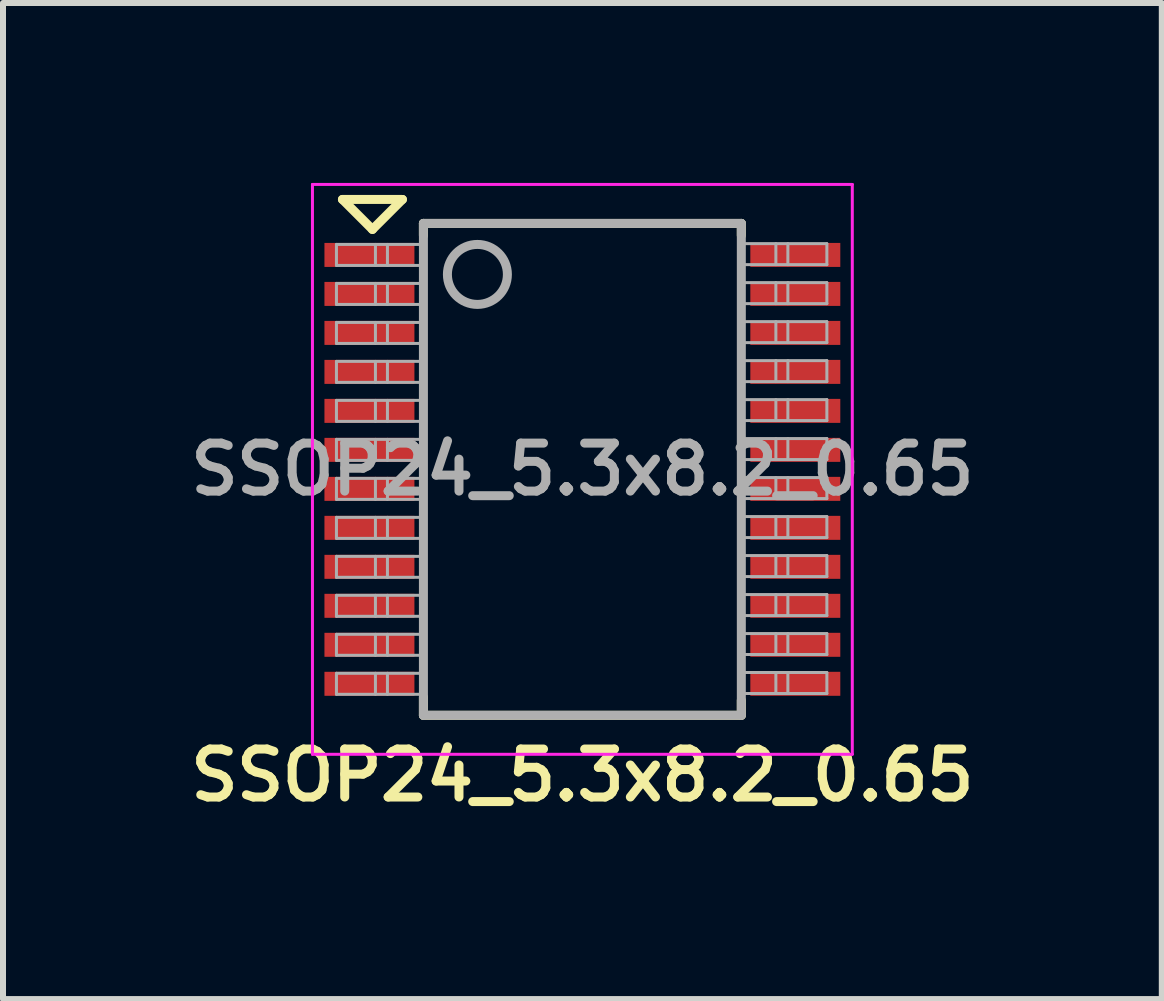
<source format=kicad_pcb>
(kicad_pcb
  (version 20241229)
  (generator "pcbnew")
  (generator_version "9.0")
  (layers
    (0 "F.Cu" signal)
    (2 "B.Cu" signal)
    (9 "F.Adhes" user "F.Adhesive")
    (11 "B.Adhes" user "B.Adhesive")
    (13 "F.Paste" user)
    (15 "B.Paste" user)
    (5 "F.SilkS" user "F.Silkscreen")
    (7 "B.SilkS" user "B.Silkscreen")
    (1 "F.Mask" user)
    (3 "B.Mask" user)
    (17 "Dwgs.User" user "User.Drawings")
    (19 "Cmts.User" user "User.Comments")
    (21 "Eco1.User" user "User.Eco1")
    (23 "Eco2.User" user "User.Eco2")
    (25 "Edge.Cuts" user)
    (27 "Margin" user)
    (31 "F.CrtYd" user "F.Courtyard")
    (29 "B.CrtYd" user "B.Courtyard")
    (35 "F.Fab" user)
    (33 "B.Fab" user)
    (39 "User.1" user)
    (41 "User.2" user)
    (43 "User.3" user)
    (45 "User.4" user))
  (footprint "SSOP24_5.3x8.2_0.65"
    (layer "F.Cu")
    (at 6.659 4.775)
    (property "Reference" "SSOP24_5.3x8.2_0.65" (at 0 5.1 0) (layer "F.SilkS") (effects (font (size 0.8 0.8) (thickness 0.15))))
    (attr smd)
    (fp_line (start -4 -4.5) (end -3 -4.5) (stroke (width 0.15) (type solid)) (layer "F.SilkS"))
    (fp_line (start -3.5 -4) (end -4 -4.5) (stroke (width 0.15) (type solid)) (layer "F.SilkS"))
    (fp_line (start -3 -4.5) (end -3.5 -4) (stroke (width 0.15) (type solid)) (layer "F.SilkS"))
    (fp_line (start -2.65 -4.1) (end -2.65 -3.9) (stroke (width 0.15) (type solid)) (layer "F.SilkS"))
    (fp_line (start -2.65 -4.1) (end 2.65 -4.1) (stroke (width 0.15) (type solid)) (layer "F.SilkS"))
    (fp_line (start -2.65 3.8) (end -2.65 4.1) (stroke (width 0.15) (type solid)) (layer "F.SilkS"))
    (fp_line (start -2.65 4.1) (end 2.65 4.1) (stroke (width 0.15) (type solid)) (layer "F.SilkS"))
    (fp_line (start 2.65 -4.1) (end 2.65 -3.9) (stroke (width 0.15) (type solid)) (layer "F.SilkS"))
    (fp_line (start 2.65 4.1) (end 2.65 3.85) (stroke (width 0.15) (type solid)) (layer "F.SilkS"))
    (fp_line (start -4.5 -4.75) (end 4.5 -4.75) (stroke (width 0.05) (type solid)) (layer "F.CrtYd"))
    (fp_line (start -4.5 4.75) (end -4.5 -4.75) (stroke (width 0.05) (type solid)) (layer "F.CrtYd"))
    (fp_line (start 4.5 -4.75) (end 4.5 4.75) (stroke (width 0.05) (type solid)) (layer "F.CrtYd"))
    (fp_line (start 4.5 4.75) (end -4.5 4.75) (stroke (width 0.05) (type solid)) (layer "F.CrtYd"))
    (fp_line (start -4.1 -3.75) (end -4.1 -3.4) (stroke (width 0.05) (type solid)) (layer "F.Fab"))
    (fp_line (start -4.1 -3.4) (end -2.65 -3.4) (stroke (width 0.05) (type solid)) (layer "F.Fab"))
    (fp_line (start -4.1 -3.1) (end -4.1 -2.75) (stroke (width 0.05) (type solid)) (layer "F.Fab"))
    (fp_line (start -4.1 -2.75) (end -2.65 -2.75) (stroke (width 0.05) (type solid)) (layer "F.Fab"))
    (fp_line (start -4.1 -2.45) (end -4.1 -2.1) (stroke (width 0.05) (type solid)) (layer "F.Fab"))
    (fp_line (start -4.1 -2.1) (end -2.65 -2.1) (stroke (width 0.05) (type solid)) (layer "F.Fab"))
    (fp_line (start -4.1 -1.8) (end -4.1 -1.45) (stroke (width 0.05) (type solid)) (layer "F.Fab"))
    (fp_line (start -4.1 -1.45) (end -2.65 -1.45) (stroke (width 0.05) (type solid)) (layer "F.Fab"))
    (fp_line (start -4.1 -1.15) (end -4.1 -0.8) (stroke (width 0.05) (type solid)) (layer "F.Fab"))
    (fp_line (start -4.1 -0.8) (end -2.65 -0.8) (stroke (width 0.05) (type solid)) (layer "F.Fab"))
    (fp_line (start -4.1 -0.5) (end -4.1 -0.15) (stroke (width 0.05) (type solid)) (layer "F.Fab"))
    (fp_line (start -4.1 -0.15) (end -2.65 -0.15) (stroke (width 0.05) (type solid)) (layer "F.Fab"))
    (fp_line (start -4.1 0.15) (end -4.1 0.5) (stroke (width 0.05) (type solid)) (layer "F.Fab"))
    (fp_line (start -4.1 0.5) (end -2.65 0.5) (stroke (width 0.05) (type solid)) (layer "F.Fab"))
    (fp_line (start -4.1 0.8) (end -4.1 1.15) (stroke (width 0.05) (type solid)) (layer "F.Fab"))
    (fp_line (start -4.1 1.15) (end -2.65 1.15) (stroke (width 0.05) (type solid)) (layer "F.Fab"))
    (fp_line (start -4.1 1.45) (end -4.1 1.8) (stroke (width 0.05) (type solid)) (layer "F.Fab"))
    (fp_line (start -4.1 1.8) (end -2.65 1.8) (stroke (width 0.05) (type solid)) (layer "F.Fab"))
    (fp_line (start -4.1 2.1) (end -4.1 2.45) (stroke (width 0.05) (type solid)) (layer "F.Fab"))
    (fp_line (start -4.1 2.45) (end -2.65 2.45) (stroke (width 0.05) (type solid)) (layer "F.Fab"))
    (fp_line (start -4.1 2.75) (end -4.1 3.1) (stroke (width 0.05) (type solid)) (layer "F.Fab"))
    (fp_line (start -4.1 3.1) (end -2.65 3.1) (stroke (width 0.05) (type solid)) (layer "F.Fab"))
    (fp_line (start -4.1 3.4) (end -4.1 3.75) (stroke (width 0.05) (type solid)) (layer "F.Fab"))
    (fp_line (start -4.1 3.75) (end -2.65 3.75) (stroke (width 0.05) (type solid)) (layer "F.Fab"))
    (fp_line (start -3.45 -3.75) (end -3.45 -3.4) (stroke (width 0.05) (type solid)) (layer "F.Fab"))
    (fp_line (start -3.45 -3.1) (end -3.45 -2.75) (stroke (width 0.05) (type solid)) (layer "F.Fab"))
    (fp_line (start -3.45 -2.45) (end -3.45 -2.1) (stroke (width 0.05) (type solid)) (layer "F.Fab"))
    (fp_line (start -3.45 -1.8) (end -3.45 -1.45) (stroke (width 0.05) (type solid)) (layer "F.Fab"))
    (fp_line (start -3.45 -1.15) (end -3.45 -0.8) (stroke (width 0.05) (type solid)) (layer "F.Fab"))
    (fp_line (start -3.45 -0.5) (end -3.45 -0.15) (stroke (width 0.05) (type solid)) (layer "F.Fab"))
    (fp_line (start -3.45 0.15) (end -3.45 0.5) (stroke (width 0.05) (type solid)) (layer "F.Fab"))
    (fp_line (start -3.45 0.8) (end -3.45 1.15) (stroke (width 0.05) (type solid)) (layer "F.Fab"))
    (fp_line (start -3.45 1.45) (end -3.45 1.8) (stroke (width 0.05) (type solid)) (layer "F.Fab"))
    (fp_line (start -3.45 2.1) (end -3.45 2.45) (stroke (width 0.05) (type solid)) (layer "F.Fab"))
    (fp_line (start -3.45 2.75) (end -3.45 3.1) (stroke (width 0.05) (type solid)) (layer "F.Fab"))
    (fp_line (start -3.45 3.4) (end -3.45 3.75) (stroke (width 0.05) (type solid)) (layer "F.Fab"))
    (fp_line (start -3.25 -3.75) (end -3.25 -3.4) (stroke (width 0.05) (type solid)) (layer "F.Fab"))
    (fp_line (start -3.25 -3.1) (end -3.25 -2.75) (stroke (width 0.05) (type solid)) (layer "F.Fab"))
    (fp_line (start -3.25 -2.45) (end -3.25 -2.1) (stroke (width 0.05) (type solid)) (layer "F.Fab"))
    (fp_line (start -3.25 -1.8) (end -3.25 -1.45) (stroke (width 0.05) (type solid)) (layer "F.Fab"))
    (fp_line (start -3.25 -1.15) (end -3.25 -0.8) (stroke (width 0.05) (type solid)) (layer "F.Fab"))
    (fp_line (start -3.25 -0.5) (end -3.25 -0.15) (stroke (width 0.05) (type solid)) (layer "F.Fab"))
    (fp_line (start -3.25 0.15) (end -3.25 0.5) (stroke (width 0.05) (type solid)) (layer "F.Fab"))
    (fp_line (start -3.25 0.8) (end -3.25 1.15) (stroke (width 0.05) (type solid)) (layer "F.Fab"))
    (fp_line (start -3.25 1.45) (end -3.25 1.8) (stroke (width 0.05) (type solid)) (layer "F.Fab"))
    (fp_line (start -3.25 2.1) (end -3.25 2.45) (stroke (width 0.05) (type solid)) (layer "F.Fab"))
    (fp_line (start -3.25 2.75) (end -3.25 3.1) (stroke (width 0.05) (type solid)) (layer "F.Fab"))
    (fp_line (start -3.25 3.4) (end -3.25 3.75) (stroke (width 0.05) (type solid)) (layer "F.Fab"))
    (fp_line (start -2.65 -4.1) (end 2.65 -4.1) (stroke (width 0.15) (type solid)) (layer "F.Fab"))
    (fp_line (start -2.65 -3.75) (end -4.1 -3.75) (stroke (width 0.05) (type solid)) (layer "F.Fab"))
    (fp_line (start -2.65 -3.1) (end -4.1 -3.1) (stroke (width 0.05) (type solid)) (layer "F.Fab"))
    (fp_line (start -2.65 -2.45) (end -4.1 -2.45) (stroke (width 0.05) (type solid)) (layer "F.Fab"))
    (fp_line (start -2.65 -1.8) (end -4.1 -1.8) (stroke (width 0.05) (type solid)) (layer "F.Fab"))
    (fp_line (start -2.65 -1.15) (end -4.1 -1.15) (stroke (width 0.05) (type solid)) (layer "F.Fab"))
    (fp_line (start -2.65 -0.5) (end -4.1 -0.5) (stroke (width 0.05) (type solid)) (layer "F.Fab"))
    (fp_line (start -2.65 0.15) (end -4.1 0.15) (stroke (width 0.05) (type solid)) (layer "F.Fab"))
    (fp_line (start -2.65 0.8) (end -4.1 0.8) (stroke (width 0.05) (type solid)) (layer "F.Fab"))
    (fp_line (start -2.65 1.45) (end -4.1 1.45) (stroke (width 0.05) (type solid)) (layer "F.Fab"))
    (fp_line (start -2.65 2.1) (end -4.1 2.1) (stroke (width 0.05) (type solid)) (layer "F.Fab"))
    (fp_line (start -2.65 2.75) (end -4.1 2.75) (stroke (width 0.05) (type solid)) (layer "F.Fab"))
    (fp_line (start -2.65 3.4) (end -4.1 3.4) (stroke (width 0.05) (type solid)) (layer "F.Fab"))
    (fp_line (start -2.65 4.1) (end -2.65 -4.1) (stroke (width 0.15) (type solid)) (layer "F.Fab"))
    (fp_line (start 2.626 -3.413) (end 4.076 -3.413) (stroke (width 0.05) (type solid)) (layer "F.Fab"))
    (fp_line (start 2.626 -2.763) (end 4.076 -2.763) (stroke (width 0.05) (type solid)) (layer "F.Fab"))
    (fp_line (start 2.626 -2.113) (end 4.076 -2.113) (stroke (width 0.05) (type solid)) (layer "F.Fab"))
    (fp_line (start 2.626 -1.463) (end 4.076 -1.463) (stroke (width 0.05) (type solid)) (layer "F.Fab"))
    (fp_line (start 2.626 -0.813) (end 4.076 -0.813) (stroke (width 0.05) (type solid)) (layer "F.Fab"))
    (fp_line (start 2.626 -0.163) (end 4.076 -0.163) (stroke (width 0.05) (type solid)) (layer "F.Fab"))
    (fp_line (start 2.626 0.487) (end 4.076 0.487) (stroke (width 0.05) (type solid)) (layer "F.Fab"))
    (fp_line (start 2.626 1.137) (end 4.076 1.137) (stroke (width 0.05) (type solid)) (layer "F.Fab"))
    (fp_line (start 2.626 1.787) (end 4.076 1.787) (stroke (width 0.05) (type solid)) (layer "F.Fab"))
    (fp_line (start 2.626 2.437) (end 4.076 2.437) (stroke (width 0.05) (type solid)) (layer "F.Fab"))
    (fp_line (start 2.626 3.087) (end 4.076 3.087) (stroke (width 0.05) (type solid)) (layer "F.Fab"))
    (fp_line (start 2.626 3.737) (end 4.076 3.737) (stroke (width 0.05) (type solid)) (layer "F.Fab"))
    (fp_line (start 2.65 -4.1) (end 2.65 4.1) (stroke (width 0.15) (type solid)) (layer "F.Fab"))
    (fp_line (start 2.65 4.1) (end -2.65 4.1) (stroke (width 0.15) (type solid)) (layer "F.Fab"))
    (fp_line (start 3.226 -3.413) (end 3.226 -3.763) (stroke (width 0.05) (type solid)) (layer "F.Fab"))
    (fp_line (start 3.226 -2.763) (end 3.226 -3.113) (stroke (width 0.05) (type solid)) (layer "F.Fab"))
    (fp_line (start 3.226 -2.113) (end 3.226 -2.463) (stroke (width 0.05) (type solid)) (layer "F.Fab"))
    (fp_line (start 3.226 -1.463) (end 3.226 -1.813) (stroke (width 0.05) (type solid)) (layer "F.Fab"))
    (fp_line (start 3.226 -0.813) (end 3.226 -1.163) (stroke (width 0.05) (type solid)) (layer "F.Fab"))
    (fp_line (start 3.226 -0.163) (end 3.226 -0.513) (stroke (width 0.05) (type solid)) (layer "F.Fab"))
    (fp_line (start 3.226 0.487) (end 3.226 0.137) (stroke (width 0.05) (type solid)) (layer "F.Fab"))
    (fp_line (start 3.226 1.137) (end 3.226 0.787) (stroke (width 0.05) (type solid)) (layer "F.Fab"))
    (fp_line (start 3.226 1.787) (end 3.226 1.437) (stroke (width 0.05) (type solid)) (layer "F.Fab"))
    (fp_line (start 3.226 2.437) (end 3.226 2.087) (stroke (width 0.05) (type solid)) (layer "F.Fab"))
    (fp_line (start 3.226 3.087) (end 3.226 2.737) (stroke (width 0.05) (type solid)) (layer "F.Fab"))
    (fp_line (start 3.226 3.737) (end 3.226 3.387) (stroke (width 0.05) (type solid)) (layer "F.Fab"))
    (fp_line (start 3.426 -3.413) (end 3.426 -3.763) (stroke (width 0.05) (type solid)) (layer "F.Fab"))
    (fp_line (start 3.426 -2.763) (end 3.426 -3.113) (stroke (width 0.05) (type solid)) (layer "F.Fab"))
    (fp_line (start 3.426 -2.113) (end 3.426 -2.463) (stroke (width 0.05) (type solid)) (layer "F.Fab"))
    (fp_line (start 3.426 -1.463) (end 3.426 -1.813) (stroke (width 0.05) (type solid)) (layer "F.Fab"))
    (fp_line (start 3.426 -0.813) (end 3.426 -1.163) (stroke (width 0.05) (type solid)) (layer "F.Fab"))
    (fp_line (start 3.426 -0.163) (end 3.426 -0.513) (stroke (width 0.05) (type solid)) (layer "F.Fab"))
    (fp_line (start 3.426 0.487) (end 3.426 0.137) (stroke (width 0.05) (type solid)) (layer "F.Fab"))
    (fp_line (start 3.426 1.137) (end 3.426 0.787) (stroke (width 0.05) (type solid)) (layer "F.Fab"))
    (fp_line (start 3.426 1.787) (end 3.426 1.437) (stroke (width 0.05) (type solid)) (layer "F.Fab"))
    (fp_line (start 3.426 2.437) (end 3.426 2.087) (stroke (width 0.05) (type solid)) (layer "F.Fab"))
    (fp_line (start 3.426 3.087) (end 3.426 2.737) (stroke (width 0.05) (type solid)) (layer "F.Fab"))
    (fp_line (start 3.426 3.737) (end 3.426 3.387) (stroke (width 0.05) (type solid)) (layer "F.Fab"))
    (fp_line (start 4.076 -3.763) (end 2.626 -3.763) (stroke (width 0.05) (type solid)) (layer "F.Fab"))
    (fp_line (start 4.076 -3.413) (end 4.076 -3.763) (stroke (width 0.05) (type solid)) (layer "F.Fab"))
    (fp_line (start 4.076 -3.113) (end 2.626 -3.113) (stroke (width 0.05) (type solid)) (layer "F.Fab"))
    (fp_line (start 4.076 -2.763) (end 4.076 -3.113) (stroke (width 0.05) (type solid)) (layer "F.Fab"))
    (fp_line (start 4.076 -2.463) (end 2.626 -2.463) (stroke (width 0.05) (type solid)) (layer "F.Fab"))
    (fp_line (start 4.076 -2.113) (end 4.076 -2.463) (stroke (width 0.05) (type solid)) (layer "F.Fab"))
    (fp_line (start 4.076 -1.813) (end 2.626 -1.813) (stroke (width 0.05) (type solid)) (layer "F.Fab"))
    (fp_line (start 4.076 -1.463) (end 4.076 -1.813) (stroke (width 0.05) (type solid)) (layer "F.Fab"))
    (fp_line (start 4.076 -1.163) (end 2.626 -1.163) (stroke (width 0.05) (type solid)) (layer "F.Fab"))
    (fp_line (start 4.076 -0.813) (end 4.076 -1.163) (stroke (width 0.05) (type solid)) (layer "F.Fab"))
    (fp_line (start 4.076 -0.513) (end 2.626 -0.513) (stroke (width 0.05) (type solid)) (layer "F.Fab"))
    (fp_line (start 4.076 -0.163) (end 4.076 -0.513) (stroke (width 0.05) (type solid)) (layer "F.Fab"))
    (fp_line (start 4.076 0.137) (end 2.626 0.137) (stroke (width 0.05) (type solid)) (layer "F.Fab"))
    (fp_line (start 4.076 0.487) (end 4.076 0.137) (stroke (width 0.05) (type solid)) (layer "F.Fab"))
    (fp_line (start 4.076 0.787) (end 2.626 0.787) (stroke (width 0.05) (type solid)) (layer "F.Fab"))
    (fp_line (start 4.076 1.137) (end 4.076 0.787) (stroke (width 0.05) (type solid)) (layer "F.Fab"))
    (fp_line (start 4.076 1.437) (end 2.626 1.437) (stroke (width 0.05) (type solid)) (layer "F.Fab"))
    (fp_line (start 4.076 1.787) (end 4.076 1.437) (stroke (width 0.05) (type solid)) (layer "F.Fab"))
    (fp_line (start 4.076 2.087) (end 2.626 2.087) (stroke (width 0.05) (type solid)) (layer "F.Fab"))
    (fp_line (start 4.076 2.437) (end 4.076 2.087) (stroke (width 0.05) (type solid)) (layer "F.Fab"))
    (fp_line (start 4.076 2.737) (end 2.626 2.737) (stroke (width 0.05) (type solid)) (layer "F.Fab"))
    (fp_line (start 4.076 3.087) (end 4.076 2.737) (stroke (width 0.05) (type solid)) (layer "F.Fab"))
    (fp_line (start 4.076 3.387) (end 2.626 3.387) (stroke (width 0.05) (type solid)) (layer "F.Fab"))
    (fp_line (start 4.076 3.737) (end 4.076 3.387) (stroke (width 0.05) (type solid)) (layer "F.Fab"))
    (fp_circle (center -1.75 -3.25) (end -1.25 -3.25) (stroke (width 0.15) (type solid)) (fill no) (layer "F.Fab"))
    (fp_text user "${REFERENCE}" (at 0 0 0) (layer "F.Fab") (effects (font (size 0.8 0.8) (thickness 0.15))))
    (pad "1" smd rect (at -3.55 -3.575) (size 1.5 0.4) (layers "F.Cu" "F.Mask" "F.Paste"))
    (pad "2" smd rect (at -3.55 -2.925) (size 1.5 0.4) (layers "F.Cu" "F.Mask" "F.Paste"))
    (pad "3" smd rect (at -3.55 -2.275) (size 1.5 0.4) (layers "F.Cu" "F.Mask" "F.Paste"))
    (pad "4" smd rect (at -3.55 -1.625) (size 1.5 0.4) (layers "F.Cu" "F.Mask" "F.Paste"))
    (pad "5" smd rect (at -3.55 -0.975) (size 1.5 0.4) (layers "F.Cu" "F.Mask" "F.Paste"))
    (pad "6" smd rect (at -3.55 -0.325) (size 1.5 0.4) (layers "F.Cu" "F.Mask" "F.Paste"))
    (pad "7" smd rect (at -3.55 0.325) (size 1.5 0.4) (layers "F.Cu" "F.Mask" "F.Paste"))
    (pad "8" smd rect (at -3.55 0.975) (size 1.5 0.4) (layers "F.Cu" "F.Mask" "F.Paste"))
    (pad "9" smd rect (at -3.55 1.625) (size 1.5 0.4) (layers "F.Cu" "F.Mask" "F.Paste"))
    (pad "10" smd rect (at -3.55 2.275) (size 1.5 0.4) (layers "F.Cu" "F.Mask" "F.Paste"))
    (pad "11" smd rect (at -3.55 2.925) (size 1.5 0.4) (layers "F.Cu" "F.Mask" "F.Paste"))
    (pad "12" smd rect (at -3.55 3.575) (size 1.5 0.4) (layers "F.Cu" "F.Mask" "F.Paste"))
    (pad "13" smd rect (at 3.55 3.575) (size 1.5 0.4) (layers "F.Cu" "F.Mask" "F.Paste"))
    (pad "14" smd rect (at 3.55 2.925) (size 1.5 0.4) (layers "F.Cu" "F.Mask" "F.Paste"))
    (pad "15" smd rect (at 3.55 2.275) (size 1.5 0.4) (layers "F.Cu" "F.Mask" "F.Paste"))
    (pad "16" smd rect (at 3.55 1.625) (size 1.5 0.4) (layers "F.Cu" "F.Mask" "F.Paste"))
    (pad "17" smd rect (at 3.55 0.975) (size 1.5 0.4) (layers "F.Cu" "F.Mask" "F.Paste"))
    (pad "18" smd rect (at 3.55 0.325) (size 1.5 0.4) (layers "F.Cu" "F.Mask" "F.Paste"))
    (pad "19" smd rect (at 3.55 -0.325) (size 1.5 0.4) (layers "F.Cu" "F.Mask" "F.Paste"))
    (pad "20" smd rect (at 3.55 -0.975) (size 1.5 0.4) (layers "F.Cu" "F.Mask" "F.Paste"))
    (pad "21" smd rect (at 3.55 -1.625) (size 1.5 0.4) (layers "F.Cu" "F.Mask" "F.Paste"))
    (pad "22" smd rect (at 3.55 -2.275) (size 1.5 0.4) (layers "F.Cu" "F.Mask" "F.Paste"))
    (pad "23" smd rect (at 3.55 -2.925) (size 1.5 0.4) (layers "F.Cu" "F.Mask" "F.Paste"))
    (pad "24" smd rect (at 3.55 -3.575) (size 1.5 0.4) (layers "F.Cu" "F.Mask" "F.Paste")))
  (gr_rect
    (start -3 -3)
    (end 16.319 13.606)
    (stroke (width 0.1) (type default))
    (fill no)
    (layer "Edge.Cuts")))
</source>
